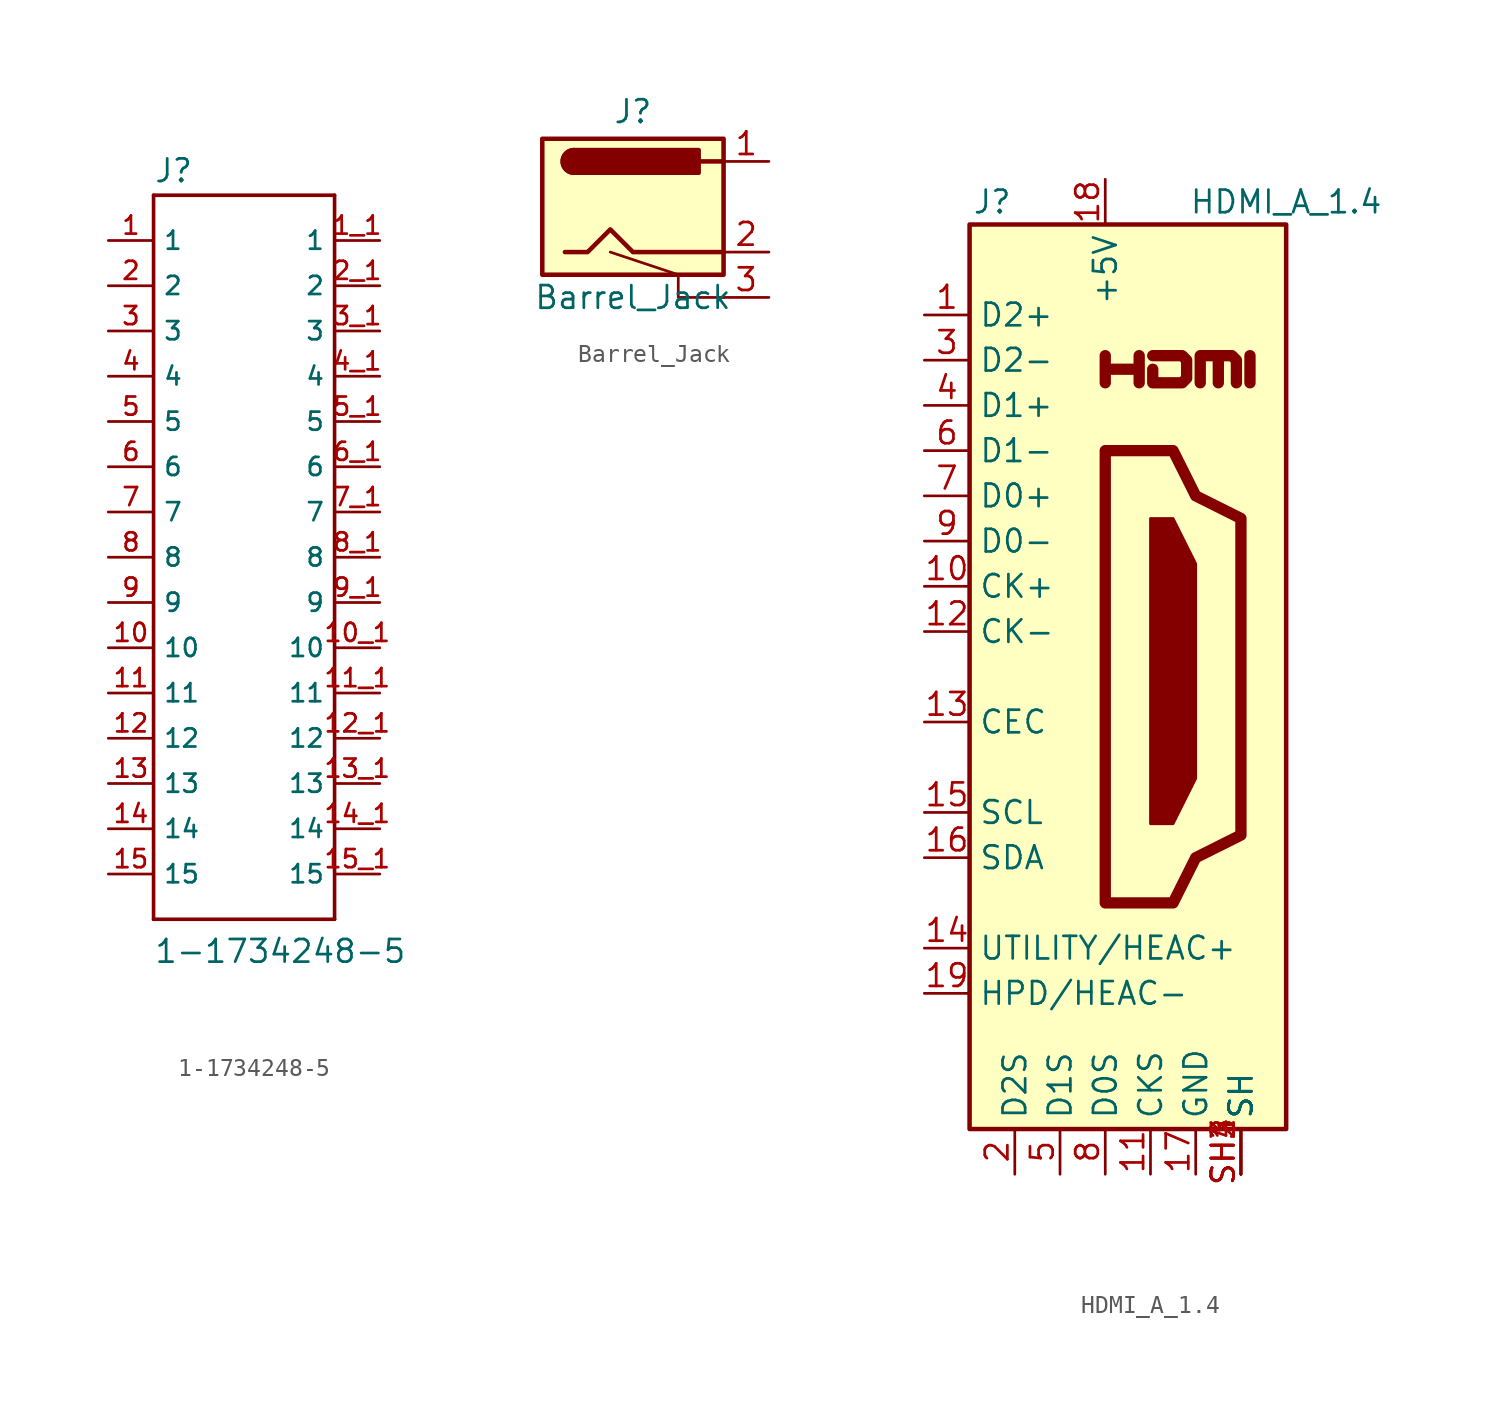
<source format=kicad_sym>
(kicad_symbol_lib
  (version 20201005)
  (generator kicad_symbol_editor)
  (symbol "RPi_CM4IO:1-1734248-5"
    (property "Reference" "J"
      (at -5.08 20.955 0)
      (effects (font (size 1.27 1.27)) (justify left bottom)))
    (property "Value" "1-1734248-5"
      (at -5.08 -22.86 0)
      (effects (font (size 1.27 1.27)) (justify left bottom)))
    (property "ki_locked" ""
      (at 0 0 0)
      (effects (font (size 1.27 1.27))))
    (symbol "1-1734248-5_0_0"
      (polyline (pts (xy -5.08 -20.32) (xy 5.08 -20.32)) (stroke (width 0.203)) (fill (type none)))
      (polyline (pts (xy -5.08 20.32) (xy -5.08 -20.32)) (stroke (width 0.203)) (fill (type none)))
      (polyline (pts (xy 5.08 -20.32) (xy 5.08 20.32)) (stroke (width 0.203)) (fill (type none)))
      (polyline (pts (xy 5.08 20.32) (xy -5.08 20.32)) (stroke (width 0.203)) (fill (type none)))
      (pin passive line (at -7.62 17.78 0) (length 2.54) (name "1" (effects (font (size 1.016 1.016)))) (number "1" (effects (font (size 1.016 1.016)))))
      (pin passive line (at -7.62 -5.08 0) (length 2.54) (name "10" (effects (font (size 1.016 1.016)))) (number "10" (effects (font (size 1.016 1.016)))))
      (pin passive line (at 7.62 -5.08 180) (length 2.54) (name "10" (effects (font (size 1.016 1.016)))) (number "10_1" (effects (font (size 1.016 1.016)))))
      (pin passive line (at -7.62 -7.62 0) (length 2.54) (name "11" (effects (font (size 1.016 1.016)))) (number "11" (effects (font (size 1.016 1.016)))))
      (pin passive line (at 7.62 -7.62 180) (length 2.54) (name "11" (effects (font (size 1.016 1.016)))) (number "11_1" (effects (font (size 1.016 1.016)))))
      (pin passive line (at -7.62 -10.16 0) (length 2.54) (name "12" (effects (font (size 1.016 1.016)))) (number "12" (effects (font (size 1.016 1.016)))))
      (pin passive line (at 7.62 -10.16 180) (length 2.54) (name "12" (effects (font (size 1.016 1.016)))) (number "12_1" (effects (font (size 1.016 1.016)))))
      (pin passive line (at -7.62 -12.7 0) (length 2.54) (name "13" (effects (font (size 1.016 1.016)))) (number "13" (effects (font (size 1.016 1.016)))))
      (pin passive line (at 7.62 -12.7 180) (length 2.54) (name "13" (effects (font (size 1.016 1.016)))) (number "13_1" (effects (font (size 1.016 1.016)))))
      (pin passive line (at -7.62 -15.24 0) (length 2.54) (name "14" (effects (font (size 1.016 1.016)))) (number "14" (effects (font (size 1.016 1.016)))))
      (pin passive line (at 7.62 -15.24 180) (length 2.54) (name "14" (effects (font (size 1.016 1.016)))) (number "14_1" (effects (font (size 1.016 1.016)))))
      (pin passive line (at -7.62 -17.78 0) (length 2.54) (name "15" (effects (font (size 1.016 1.016)))) (number "15" (effects (font (size 1.016 1.016)))))
      (pin passive line (at 7.62 -17.78 180) (length 2.54) (name "15" (effects (font (size 1.016 1.016)))) (number "15_1" (effects (font (size 1.016 1.016)))))
      (pin passive line (at 7.62 17.78 180) (length 2.54) (name "1" (effects (font (size 1.016 1.016)))) (number "1_1" (effects (font (size 1.016 1.016)))))
      (pin passive line (at -7.62 15.24 0) (length 2.54) (name "2" (effects (font (size 1.016 1.016)))) (number "2" (effects (font (size 1.016 1.016)))))
      (pin passive line (at 7.62 15.24 180) (length 2.54) (name "2" (effects (font (size 1.016 1.016)))) (number "2_1" (effects (font (size 1.016 1.016)))))
      (pin passive line (at -7.62 12.7 0) (length 2.54) (name "3" (effects (font (size 1.016 1.016)))) (number "3" (effects (font (size 1.016 1.016)))))
      (pin passive line (at 7.62 12.7 180) (length 2.54) (name "3" (effects (font (size 1.016 1.016)))) (number "3_1" (effects (font (size 1.016 1.016)))))
      (pin passive line (at -7.62 10.16 0) (length 2.54) (name "4" (effects (font (size 1.016 1.016)))) (number "4" (effects (font (size 1.016 1.016)))))
      (pin passive line (at 7.62 10.16 180) (length 2.54) (name "4" (effects (font (size 1.016 1.016)))) (number "4_1" (effects (font (size 1.016 1.016)))))
      (pin passive line (at -7.62 7.62 0) (length 2.54) (name "5" (effects (font (size 1.016 1.016)))) (number "5" (effects (font (size 1.016 1.016)))))
      (pin passive line (at 7.62 7.62 180) (length 2.54) (name "5" (effects (font (size 1.016 1.016)))) (number "5_1" (effects (font (size 1.016 1.016)))))
      (pin passive line (at -7.62 5.08 0) (length 2.54) (name "6" (effects (font (size 1.016 1.016)))) (number "6" (effects (font (size 1.016 1.016)))))
      (pin passive line (at 7.62 5.08 180) (length 2.54) (name "6" (effects (font (size 1.016 1.016)))) (number "6_1" (effects (font (size 1.016 1.016)))))
      (pin passive line (at -7.62 2.54 0) (length 2.54) (name "7" (effects (font (size 1.016 1.016)))) (number "7" (effects (font (size 1.016 1.016)))))
      (pin passive line (at 7.62 2.54 180) (length 2.54) (name "7" (effects (font (size 1.016 1.016)))) (number "7_1" (effects (font (size 1.016 1.016)))))
      (pin passive line (at -7.62 0 0) (length 2.54) (name "8" (effects (font (size 1.016 1.016)))) (number "8" (effects (font (size 1.016 1.016)))))
      (pin passive line (at 7.62 0 180) (length 2.54) (name "8" (effects (font (size 1.016 1.016)))) (number "8_1" (effects (font (size 1.016 1.016)))))
      (pin passive line (at -7.62 -2.54 0) (length 2.54) (name "9" (effects (font (size 1.016 1.016)))) (number "9" (effects (font (size 1.016 1.016)))))
      (pin passive line (at 7.62 -2.54 180) (length 2.54) (name "9" (effects (font (size 1.016 1.016)))) (number "9_1" (effects (font (size 1.016 1.016)))))))
  (symbol "RPi_CM4IO:Barrel_Jack"
    (property "Reference" "J"
      (at 0 5.334 0)
      (effects (font (size 1.27 1.27))))
    (property "Value" "Barrel_Jack"
      (at 0 -5.08 0)
      (effects (font (size 1.27 1.27))))
    (symbol "Barrel_Jack_0_1"
      (arc (start -3.302 3.175) (end -3.302 1.905) (radius (at -3.302 2.54) (length 0.635) (angles 90.1 -90.1)) (stroke (width 0.254)) (fill (type none)))
      (arc (start -3.302 3.175) (end -3.302 1.905) (radius (at -3.302 2.54) (length 0.635) (angles 90.1 -90.1)) (stroke (width 0.254)) (fill (type outline)))
      (rectangle (start 3.683 3.175) (end -3.302 1.905) (stroke (width 0.254)) (fill (type outline)))
      (rectangle (start -5.08 3.81) (end 5.08 -3.81) (stroke (width 0.254)) (fill (type background)))
      (polyline (pts (xy 5.08 2.54) (xy 3.81 2.54)) (stroke (width 0.254)) (fill (type none)))
      (polyline (pts (xy 5.08 -5.08) (xy 2.54 -5.08) (xy 2.54 -3.81) (xy -1.27 -2.54)) (stroke (width 0)) (fill (type none)))
      (polyline (pts (xy -3.81 -2.54) (xy -2.54 -2.54) (xy -1.27 -1.27) (xy 0 -2.54) (xy 2.54 -2.54) (xy 5.08 -2.54)) (stroke (width 0.254)) (fill (type none))))
    (symbol "Barrel_Jack_1_1"
      (pin passive line (at 7.62 2.54 180) (length 2.54) (name "~" (effects (font (size 1.27 1.27)))) (number "1" (effects (font (size 1.27 1.27)))))
      (pin passive line (at 7.62 -2.54 180) (length 2.54) (name "~" (effects (font (size 1.27 1.27)))) (number "2" (effects (font (size 1.27 1.27)))))
      (pin passive line (at 7.62 -5.08 180) (length 2.54) (name "~" (effects (font (size 1.27 1.27)))) (number "3" (effects (font (size 1.27 1.27)))))))
  (symbol "RPi_CM4IO:HDMI_A_1.4"
    (property "Reference" "J"
      (at -6.35 26.67 0)
      (effects (font (size 1.27 1.27))))
    (property "Value" "HDMI_A_1.4"
      (at 10.16 26.67 0)
      (effects (font (size 1.27 1.27))))
    (symbol "HDMI_A_1.4_0_0"
      (polyline (pts (xy 8.128 16.51) (xy 8.128 18.034)) (stroke (width 0.635)) (fill (type none)))
      (polyline (pts (xy 0 16.51) (xy 0 18.034) (xy 0 17.272) (xy 1.905 17.272) (xy 1.905 18.034) (xy 1.905 16.51)) (stroke (width 0.635)) (fill (type none)))
      (polyline (pts (xy 2.667 18.034) (xy 4.318 18.034) (xy 4.572 17.78) (xy 4.572 16.764) (xy 4.318 16.51) (xy 2.667 16.51) (xy 2.667 17.272)) (stroke (width 0.635)) (fill (type none)))
      (pin passive line (at 7.62 -27.94 90) (length 2.54) (name "SH" (effects (font (size 1.27 1.27)))) (number "SH2" (effects (font (size 1.27 1.27)))))
      (pin passive line (at 7.62 -27.94 90) (length 2.54) (name "SH" (effects (font (size 1.27 1.27)))) (number "SH3" (effects (font (size 1.27 1.27)))))
      (pin passive line (at 7.62 -27.94 90) (length 2.54) (name "SH" (effects (font (size 1.27 1.27)))) (number "SH4" (effects (font (size 1.27 1.27))))))
    (symbol "HDMI_A_1.4_0_1"
      (rectangle (start -7.62 25.4) (end 10.16 -25.4) (stroke (width 0.254)) (fill (type background)))
      (polyline (pts (xy 5.334 16.51) (xy 5.334 18.034) (xy 6.35 18.034) (xy 6.35 16.51) (xy 6.35 18.034) (xy 7.112 18.034) (xy 7.366 17.78) (xy 7.366 16.51)) (stroke (width 0.635)) (fill (type none)))
      (polyline (pts (xy 0 12.7) (xy 0 -12.7) (xy 3.81 -12.7) (xy 5.08 -10.16) (xy 7.62 -8.89) (xy 7.62 8.89) (xy 5.08 10.16) (xy 3.81 12.7) (xy 0 12.7)) (stroke (width 0.635)) (fill (type none)))
      (polyline (pts (xy 2.54 8.89) (xy 3.81 8.89) (xy 5.08 6.35) (xy 5.08 -5.715) (xy 3.81 -8.255) (xy 2.54 -8.255) (xy 2.54 8.89)) (stroke (width 0)) (fill (type outline))))
    (symbol "HDMI_A_1.4_1_1"
      (pin passive line (at -10.16 20.32 0) (length 2.54) (name "D2+" (effects (font (size 1.27 1.27)))) (number "1" (effects (font (size 1.27 1.27)))))
      (pin passive line (at -10.16 5.08 0) (length 2.54) (name "CK+" (effects (font (size 1.27 1.27)))) (number "10" (effects (font (size 1.27 1.27)))))
      (pin power_in line (at 2.54 -27.94 90) (length 2.54) (name "CKS" (effects (font (size 1.27 1.27)))) (number "11" (effects (font (size 1.27 1.27)))))
      (pin passive line (at -10.16 2.54 0) (length 2.54) (name "CK-" (effects (font (size 1.27 1.27)))) (number "12" (effects (font (size 1.27 1.27)))))
      (pin bidirectional line (at -10.16 -2.54 0) (length 2.54) (name "CEC" (effects (font (size 1.27 1.27)))) (number "13" (effects (font (size 1.27 1.27)))))
      (pin passive line (at -10.16 -15.24 0) (length 2.54) (name "UTILITY/HEAC+" (effects (font (size 1.27 1.27)))) (number "14" (effects (font (size 1.27 1.27)))))
      (pin passive line (at -10.16 -7.62 0) (length 2.54) (name "SCL" (effects (font (size 1.27 1.27)))) (number "15" (effects (font (size 1.27 1.27)))))
      (pin bidirectional line (at -10.16 -10.16 0) (length 2.54) (name "SDA" (effects (font (size 1.27 1.27)))) (number "16" (effects (font (size 1.27 1.27)))))
      (pin power_in line (at 5.08 -27.94 90) (length 2.54) (name "GND" (effects (font (size 1.27 1.27)))) (number "17" (effects (font (size 1.27 1.27)))))
      (pin power_in line (at 0 27.94 270) (length 2.54) (name "+5V" (effects (font (size 1.27 1.27)))) (number "18" (effects (font (size 1.27 1.27)))))
      (pin passive line (at -10.16 -17.78 0) (length 2.54) (name "HPD/HEAC-" (effects (font (size 1.27 1.27)))) (number "19" (effects (font (size 1.27 1.27)))))
      (pin power_in line (at -5.08 -27.94 90) (length 2.54) (name "D2S" (effects (font (size 1.27 1.27)))) (number "2" (effects (font (size 1.27 1.27)))))
      (pin passive line (at -10.16 17.78 0) (length 2.54) (name "D2-" (effects (font (size 1.27 1.27)))) (number "3" (effects (font (size 1.27 1.27)))))
      (pin passive line (at -10.16 15.24 0) (length 2.54) (name "D1+" (effects (font (size 1.27 1.27)))) (number "4" (effects (font (size 1.27 1.27)))))
      (pin power_in line (at -2.54 -27.94 90) (length 2.54) (name "D1S" (effects (font (size 1.27 1.27)))) (number "5" (effects (font (size 1.27 1.27)))))
      (pin passive line (at -10.16 12.7 0) (length 2.54) (name "D1-" (effects (font (size 1.27 1.27)))) (number "6" (effects (font (size 1.27 1.27)))))
      (pin passive line (at -10.16 10.16 0) (length 2.54) (name "D0+" (effects (font (size 1.27 1.27)))) (number "7" (effects (font (size 1.27 1.27)))))
      (pin power_in line (at 0 -27.94 90) (length 2.54) (name "D0S" (effects (font (size 1.27 1.27)))) (number "8" (effects (font (size 1.27 1.27)))))
      (pin passive line (at -10.16 7.62 0) (length 2.54) (name "D0-" (effects (font (size 1.27 1.27)))) (number "9" (effects (font (size 1.27 1.27)))))
      (pin passive line (at 7.62 -27.94 90) (length 2.54) (name "SH" (effects (font (size 1.27 1.27)))) (number "SH1" (effects (font (size 1.27 1.27))))))))
</source>
